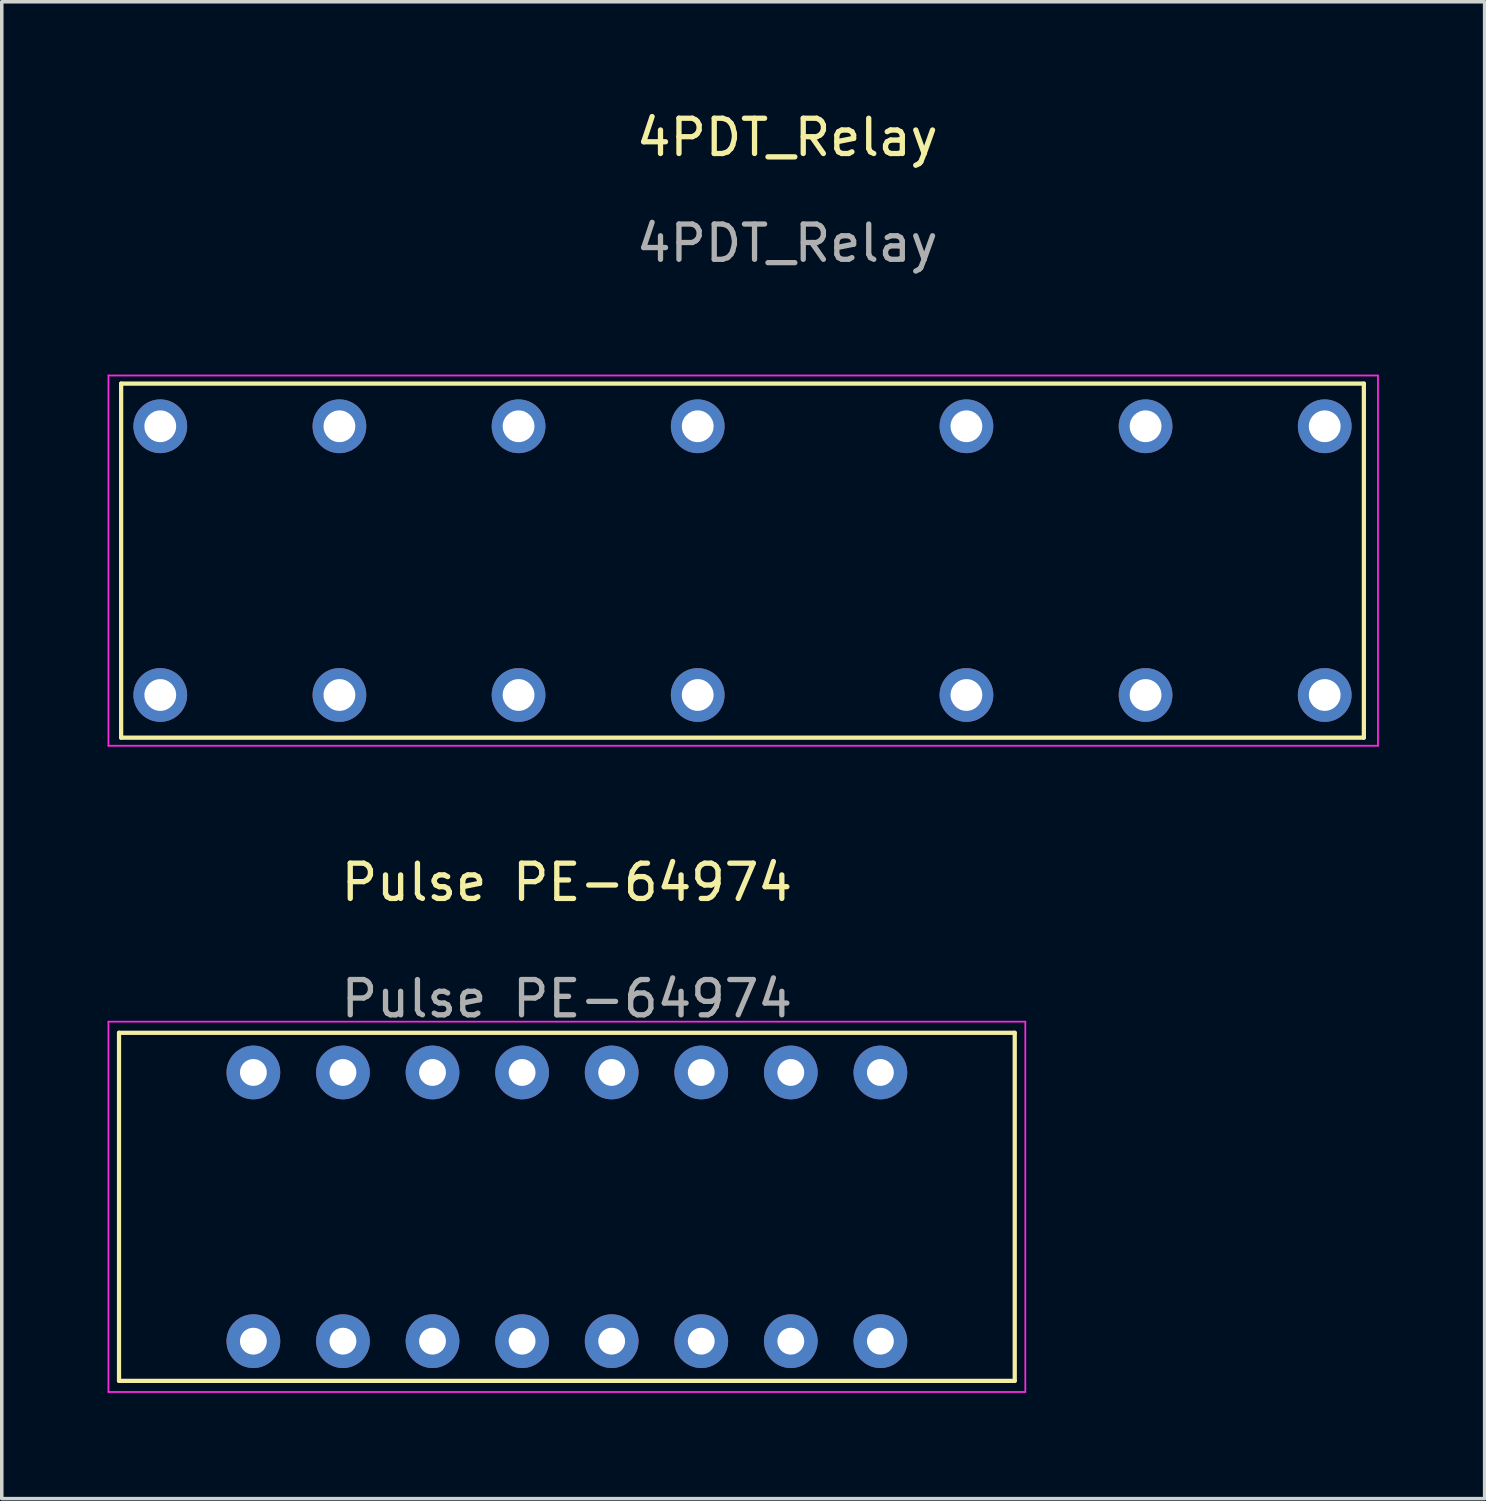
<source format=kicad_pcb>
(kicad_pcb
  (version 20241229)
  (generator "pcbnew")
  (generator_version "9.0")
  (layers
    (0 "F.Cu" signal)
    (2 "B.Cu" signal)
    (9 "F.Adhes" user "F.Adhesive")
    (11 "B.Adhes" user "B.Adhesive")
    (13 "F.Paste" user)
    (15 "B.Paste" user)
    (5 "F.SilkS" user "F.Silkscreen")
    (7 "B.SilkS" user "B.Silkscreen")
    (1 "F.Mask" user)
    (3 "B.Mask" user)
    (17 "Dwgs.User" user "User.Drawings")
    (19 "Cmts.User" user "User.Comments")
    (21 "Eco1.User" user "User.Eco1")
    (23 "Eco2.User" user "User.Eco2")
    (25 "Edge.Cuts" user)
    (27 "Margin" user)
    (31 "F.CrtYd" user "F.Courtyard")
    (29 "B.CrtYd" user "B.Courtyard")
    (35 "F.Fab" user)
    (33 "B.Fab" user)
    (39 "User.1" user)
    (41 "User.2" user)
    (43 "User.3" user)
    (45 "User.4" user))
  (footprint "4PDT_Relay"
    (layer "F.Cu")
    (at 19.275 12.848)
    (property "Reference" "4PDT_Relay" (at 0 -12 0) (unlocked yes) (layer "F.SilkS") (effects (font (size 1 1) (thickness 0.15))))
    (attr through_hole)
    (fp_line (start -18.89 -5.02) (end -18.89 5.02) (stroke (width 0.12) (type solid)) (layer "F.SilkS"))
    (fp_line (start -18.89 5.02) (end 16.35 5.02) (stroke (width 0.12) (type solid)) (layer "F.SilkS"))
    (fp_line (start 16.35 -5.02) (end -18.89 -5.02) (stroke (width 0.12) (type solid)) (layer "F.SilkS"))
    (fp_line (start 16.35 5.02) (end 16.35 -5.02) (stroke (width 0.12) (type solid)) (layer "F.SilkS"))
    (fp_line (start -19.25 -5.25) (end 16.75 -5.25) (stroke (width 0.05) (type solid)) (layer "F.CrtYd"))
    (fp_line (start -19.25 5.25) (end -19.25 -5.25) (stroke (width 0.05) (type solid)) (layer "F.CrtYd"))
    (fp_line (start 16.75 -5.25) (end 16.75 5.25) (stroke (width 0.05) (type solid)) (layer "F.CrtYd"))
    (fp_line (start 16.75 5.25) (end -19.25 5.25) (stroke (width 0.05) (type solid)) (layer "F.CrtYd"))
    (fp_text user "${REFERENCE}" (at 0 -9 0) (unlocked yes) (layer "F.Fab") (effects (font (size 1 1) (thickness 0.15))))
    (pad "1" thru_hole circle (at -2.54 -3.81) (size 1.524 1.524) (drill 0.9) (layers "*.Cu" "*.Mask"))
    (pad "3" thru_hole circle (at -7.62 -3.81) (size 1.524 1.524) (drill 0.9) (layers "*.Cu" "*.Mask"))
    (pad "4" thru_hole circle (at 5.08 -3.81) (size 1.524 1.524) (drill 0.9) (layers "*.Cu" "*.Mask"))
    (pad "5" thru_hole circle (at -12.7 -3.81) (size 1.524 1.524) (drill 0.9) (layers "*.Cu" "*.Mask"))
    (pad "6" thru_hole circle (at 10.16 -3.81) (size 1.524 1.524) (drill 0.9) (layers "*.Cu" "*.Mask"))
    (pad "7" thru_hole circle (at -17.78 -3.81) (size 1.524 1.524) (drill 0.9) (layers "*.Cu" "*.Mask"))
    (pad "8" thru_hole circle (at 15.24 -3.81) (size 1.524 1.524) (drill 0.9) (layers "*.Cu" "*.Mask"))
    (pad "9" thru_hole circle (at 15.24 3.81) (size 1.524 1.524) (drill 0.9) (layers "*.Cu" "*.Mask"))
    (pad "10" thru_hole circle (at -17.78 3.81) (size 1.524 1.524) (drill 0.9) (layers "*.Cu" "*.Mask"))
    (pad "11" thru_hole circle (at 10.16 3.81) (size 1.524 1.524) (drill 0.9) (layers "*.Cu" "*.Mask"))
    (pad "12" thru_hole circle (at -12.7 3.81) (size 1.524 1.524) (drill 0.9) (layers "*.Cu" "*.Mask"))
    (pad "13" thru_hole circle (at 5.08 3.81) (size 1.524 1.524) (drill 0.9) (layers "*.Cu" "*.Mask"))
    (pad "14" thru_hole circle (at -7.62 3.81) (size 1.524 1.524) (drill 0.9) (layers "*.Cu" "*.Mask"))
    (pad "16" thru_hole circle (at -2.54 3.81) (size 1.524 1.524) (drill 0.9) (layers "*.Cu" "*.Mask")))
  (footprint "Pulse PE-64974"
    (layer "F.Cu")
    (at 13.025 31.172)
    (property "Reference" "Pulse PE-64974" (at 0 -9.2 0) (unlocked yes) (layer "F.SilkS") (effects (font (size 1 1) (thickness 0.15))))
    (attr through_hole)
    (fp_line (start -12.7 -4.935) (end -12.7 4.935) (stroke (width 0.12) (type solid)) (layer "F.SilkS"))
    (fp_line (start -12.7 4.935) (end 12.7 4.935) (stroke (width 0.12) (type solid)) (layer "F.SilkS"))
    (fp_line (start 12.7 -4.935) (end -12.7 -4.935) (stroke (width 0.12) (type solid)) (layer "F.SilkS"))
    (fp_line (start 12.7 4.935) (end 12.7 -4.935) (stroke (width 0.12) (type solid)) (layer "F.SilkS"))
    (fp_line (start -13 -5.25) (end 13 -5.25) (stroke (width 0.05) (type solid)) (layer "F.CrtYd"))
    (fp_line (start -13 5.25) (end -13 -5.25) (stroke (width 0.05) (type solid)) (layer "F.CrtYd"))
    (fp_line (start 13 -5.25) (end 13 5.25) (stroke (width 0.05) (type solid)) (layer "F.CrtYd"))
    (fp_line (start 13 5.25) (end -13 5.25) (stroke (width 0.05) (type solid)) (layer "F.CrtYd"))
    (fp_text user "${REFERENCE}" (at 0 -5.9 0) (unlocked yes) (layer "F.Fab") (effects (font (size 1 1) (thickness 0.15))))
    (pad "1" thru_hole circle (at -8.89 3.81) (size 1.524 1.524) (drill 0.762) (layers "*.Cu" "*.Mask"))
    (pad "2" thru_hole circle (at -6.35 3.81) (size 1.524 1.524) (drill 0.762) (layers "*.Cu" "*.Mask"))
    (pad "3" thru_hole circle (at -3.81 3.81) (size 1.524 1.524) (drill 0.762) (layers "*.Cu" "*.Mask"))
    (pad "4" thru_hole circle (at -1.27 3.81) (size 1.524 1.524) (drill 0.762) (layers "*.Cu" "*.Mask"))
    (pad "5" thru_hole circle (at 1.27 3.81) (size 1.524 1.524) (drill 0.762) (layers "*.Cu" "*.Mask"))
    (pad "6" thru_hole circle (at 3.81 3.81) (size 1.524 1.524) (drill 0.762) (layers "*.Cu" "*.Mask"))
    (pad "7" thru_hole circle (at 6.35 3.81) (size 1.524 1.524) (drill 0.762) (layers "*.Cu" "*.Mask"))
    (pad "8" thru_hole circle (at 8.89 3.81) (size 1.524 1.524) (drill 0.762) (layers "*.Cu" "*.Mask"))
    (pad "9" thru_hole circle (at 8.89 -3.81) (size 1.524 1.524) (drill 0.762) (layers "*.Cu" "*.Mask"))
    (pad "10" thru_hole circle (at 6.35 -3.81) (size 1.524 1.524) (drill 0.762) (layers "*.Cu" "*.Mask"))
    (pad "11" thru_hole circle (at 3.81 -3.81) (size 1.524 1.524) (drill 0.762) (layers "*.Cu" "*.Mask"))
    (pad "12" thru_hole circle (at 1.27 -3.81) (size 1.524 1.524) (drill 0.762) (layers "*.Cu" "*.Mask"))
    (pad "13" thru_hole circle (at -1.27 -3.81) (size 1.524 1.524) (drill 0.762) (layers "*.Cu" "*.Mask"))
    (pad "14" thru_hole circle (at -3.81 -3.81) (size 1.524 1.524) (drill 0.762) (layers "*.Cu" "*.Mask"))
    (pad "15" thru_hole circle (at -6.35 -3.81) (size 1.524 1.524) (drill 0.762) (layers "*.Cu" "*.Mask"))
    (pad "16" thru_hole circle (at -8.89 -3.81) (size 1.524 1.524) (drill 0.762) (layers "*.Cu" "*.Mask")))
  (gr_rect
    (start -3 -3)
    (end 39.05 39.447)
    (stroke (width 0.1) (type default))
    (fill no)
    (layer "Edge.Cuts")))
</source>
